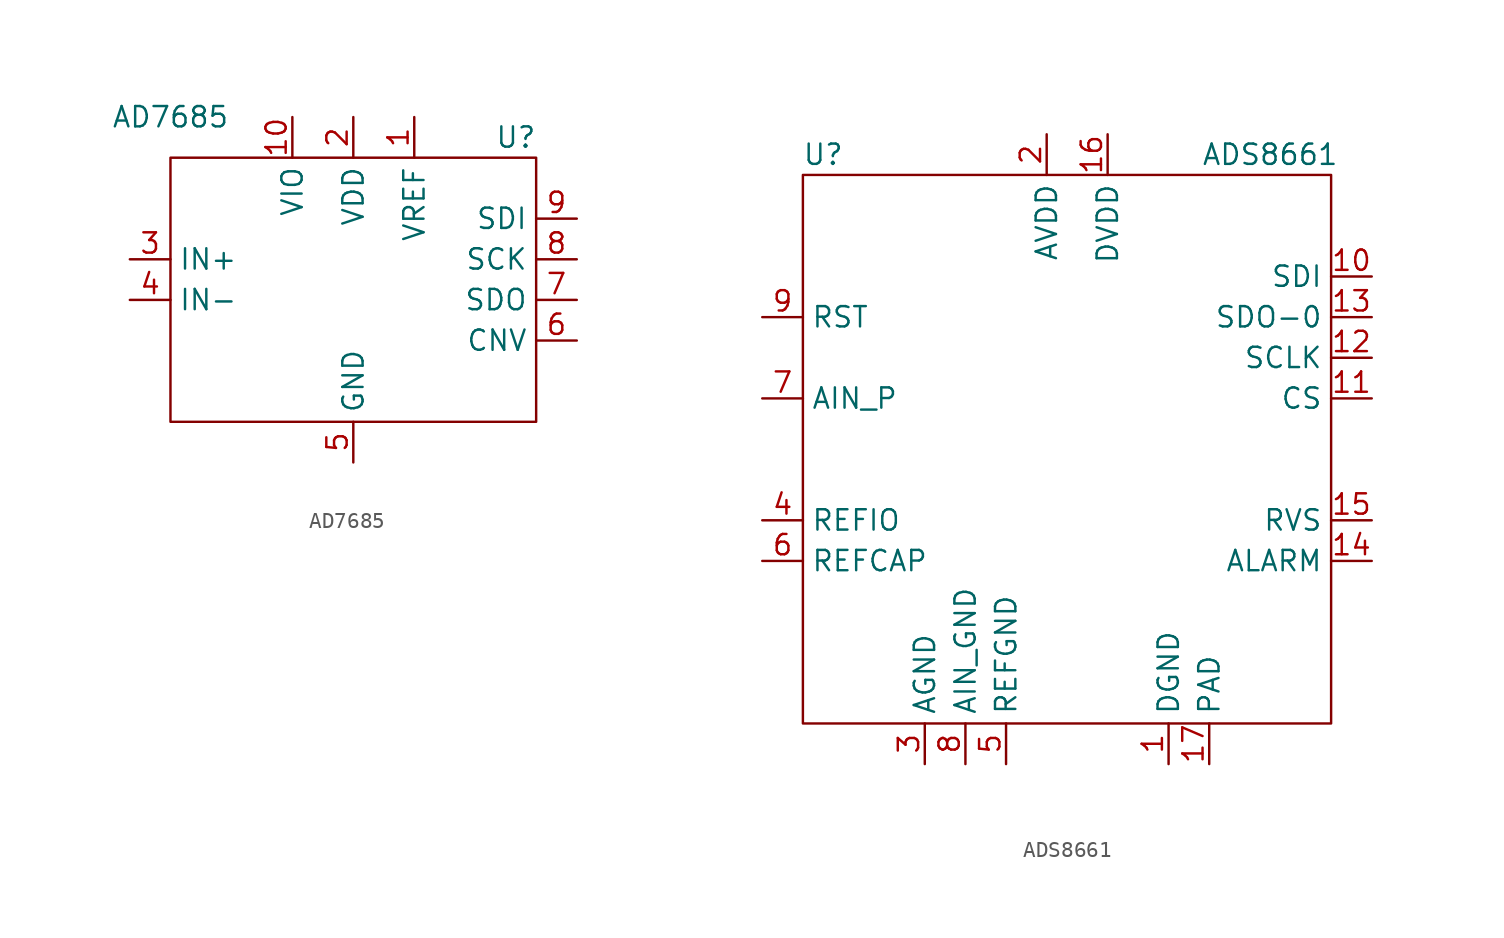
<source format=kicad_sym>
(kicad_symbol_lib
  (version 20211014)
  (generator kicad_symbol_editor)
  (symbol "AD7685"
    (property "Reference" "U"
      (at 10.16 8.89 0)
      (effects (font (size 1.27 1.27))))
    (property "Value" "AD7685"
      (at -11.43 10.16 0)
      (effects (font (size 1.27 1.27))))
    (symbol "AD7685_0_0"
      (pin input line (at 3.81 10.16 270) (length 2.54) (name "VREF" (effects (font (size 1.27 1.27)))) (number "1" (effects (font (size 1.27 1.27)))))
      (pin power_in line (at -3.81 10.16 270) (length 2.54) (name "VIO" (effects (font (size 1.27 1.27)))) (number "10" (effects (font (size 1.27 1.27)))))
      (pin power_in line (at 0 10.16 270) (length 2.54) (name "VDD" (effects (font (size 1.27 1.27)))) (number "2" (effects (font (size 1.27 1.27)))))
      (pin input line (at -13.97 1.27 0) (length 2.54) (name "IN+" (effects (font (size 1.27 1.27)))) (number "3" (effects (font (size 1.27 1.27)))))
      (pin input line (at -13.97 -1.27 0) (length 2.54) (name "IN-" (effects (font (size 1.27 1.27)))) (number "4" (effects (font (size 1.27 1.27)))))
      (pin power_in line (at 0 -11.43 90) (length 2.54) (name "GND" (effects (font (size 1.27 1.27)))) (number "5" (effects (font (size 1.27 1.27)))))
      (pin input line (at 13.97 -3.81 180) (length 2.54) (name "CNV" (effects (font (size 1.27 1.27)))) (number "6" (effects (font (size 1.27 1.27)))))
      (pin output line (at 13.97 -1.27 180) (length 2.54) (name "SDO" (effects (font (size 1.27 1.27)))) (number "7" (effects (font (size 1.27 1.27)))))
      (pin input line (at 13.97 1.27 180) (length 2.54) (name "SCK" (effects (font (size 1.27 1.27)))) (number "8" (effects (font (size 1.27 1.27)))))
      (pin input line (at 13.97 3.81 180) (length 2.54) (name "SDI" (effects (font (size 1.27 1.27)))) (number "9" (effects (font (size 1.27 1.27))))))
    (symbol "AD7685_0_1"
      (rectangle (start -11.43 7.62) (end 11.43 -8.89) (stroke (width 0) (type default) (color 0 0 0 0)) (fill (type none)))))
  (symbol "ADS8661"
    (property "Reference" "U"
      (at -15.24 19.05 0)
      (effects (font (size 1.27 1.27))))
    (property "Value" "ADS8661"
      (at 12.7 19.05 0)
      (effects (font (size 1.27 1.27))))
    (symbol "ADS8661_0_0"
      (pin power_in line (at 6.35 -19.05 90) (length 2.54) (name "DGND" (effects (font (size 1.27 1.27)))) (number "1" (effects (font (size 1.27 1.27)))))
      (pin unspecified line (at 19.05 11.43 180) (length 2.54) (name "SDI" (effects (font (size 1.27 1.27)))) (number "10" (effects (font (size 1.27 1.27)))))
      (pin unspecified line (at 19.05 3.81 180) (length 2.54) (name "CS" (effects (font (size 1.27 1.27)))) (number "11" (effects (font (size 1.27 1.27)))))
      (pin unspecified line (at 19.05 6.35 180) (length 2.54) (name "SCLK" (effects (font (size 1.27 1.27)))) (number "12" (effects (font (size 1.27 1.27)))))
      (pin unspecified line (at 19.05 8.89 180) (length 2.54) (name "SDO-0" (effects (font (size 1.27 1.27)))) (number "13" (effects (font (size 1.27 1.27)))))
      (pin unspecified line (at 19.05 -6.35 180) (length 2.54) (name "ALARM" (effects (font (size 1.27 1.27)))) (number "14" (effects (font (size 1.27 1.27)))))
      (pin unspecified line (at 19.05 -3.81 180) (length 2.54) (name "RVS" (effects (font (size 1.27 1.27)))) (number "15" (effects (font (size 1.27 1.27)))))
      (pin unspecified line (at 2.54 20.32 270) (length 2.54) (name "DVDD" (effects (font (size 1.27 1.27)))) (number "16" (effects (font (size 1.27 1.27)))))
      (pin power_in line (at 8.89 -19.05 90) (length 2.54) (name "PAD" (effects (font (size 1.27 1.27)))) (number "17" (effects (font (size 1.27 1.27)))))
      (pin power_in line (at -1.27 20.32 270) (length 2.54) (name "AVDD" (effects (font (size 1.27 1.27)))) (number "2" (effects (font (size 1.27 1.27)))))
      (pin power_in line (at -8.89 -19.05 90) (length 2.54) (name "AGND" (effects (font (size 1.27 1.27)))) (number "3" (effects (font (size 1.27 1.27)))))
      (pin input line (at -19.05 -3.81 0) (length 2.54) (name "REFIO" (effects (font (size 1.27 1.27)))) (number "4" (effects (font (size 1.27 1.27)))))
      (pin unspecified line (at -3.81 -19.05 90) (length 2.54) (name "REFGND" (effects (font (size 1.27 1.27)))) (number "5" (effects (font (size 1.27 1.27)))))
      (pin unspecified line (at -19.05 -6.35 0) (length 2.54) (name "REFCAP" (effects (font (size 1.27 1.27)))) (number "6" (effects (font (size 1.27 1.27)))))
      (pin unspecified line (at -19.05 3.81 0) (length 2.54) (name "AIN_P" (effects (font (size 1.27 1.27)))) (number "7" (effects (font (size 1.27 1.27)))))
      (pin unspecified line (at -6.35 -19.05 90) (length 2.54) (name "AIN_GND" (effects (font (size 1.27 1.27)))) (number "8" (effects (font (size 1.27 1.27)))))
      (pin unspecified line (at -19.05 8.89 0) (length 2.54) (name "RST" (effects (font (size 1.27 1.27)))) (number "9" (effects (font (size 1.27 1.27))))))
    (symbol "ADS8661_0_1"
      (rectangle (start -16.51 17.78) (end 16.51 -16.51) (stroke (width 0) (type default) (color 0 0 0 0)) (fill (type none))))))
</source>
